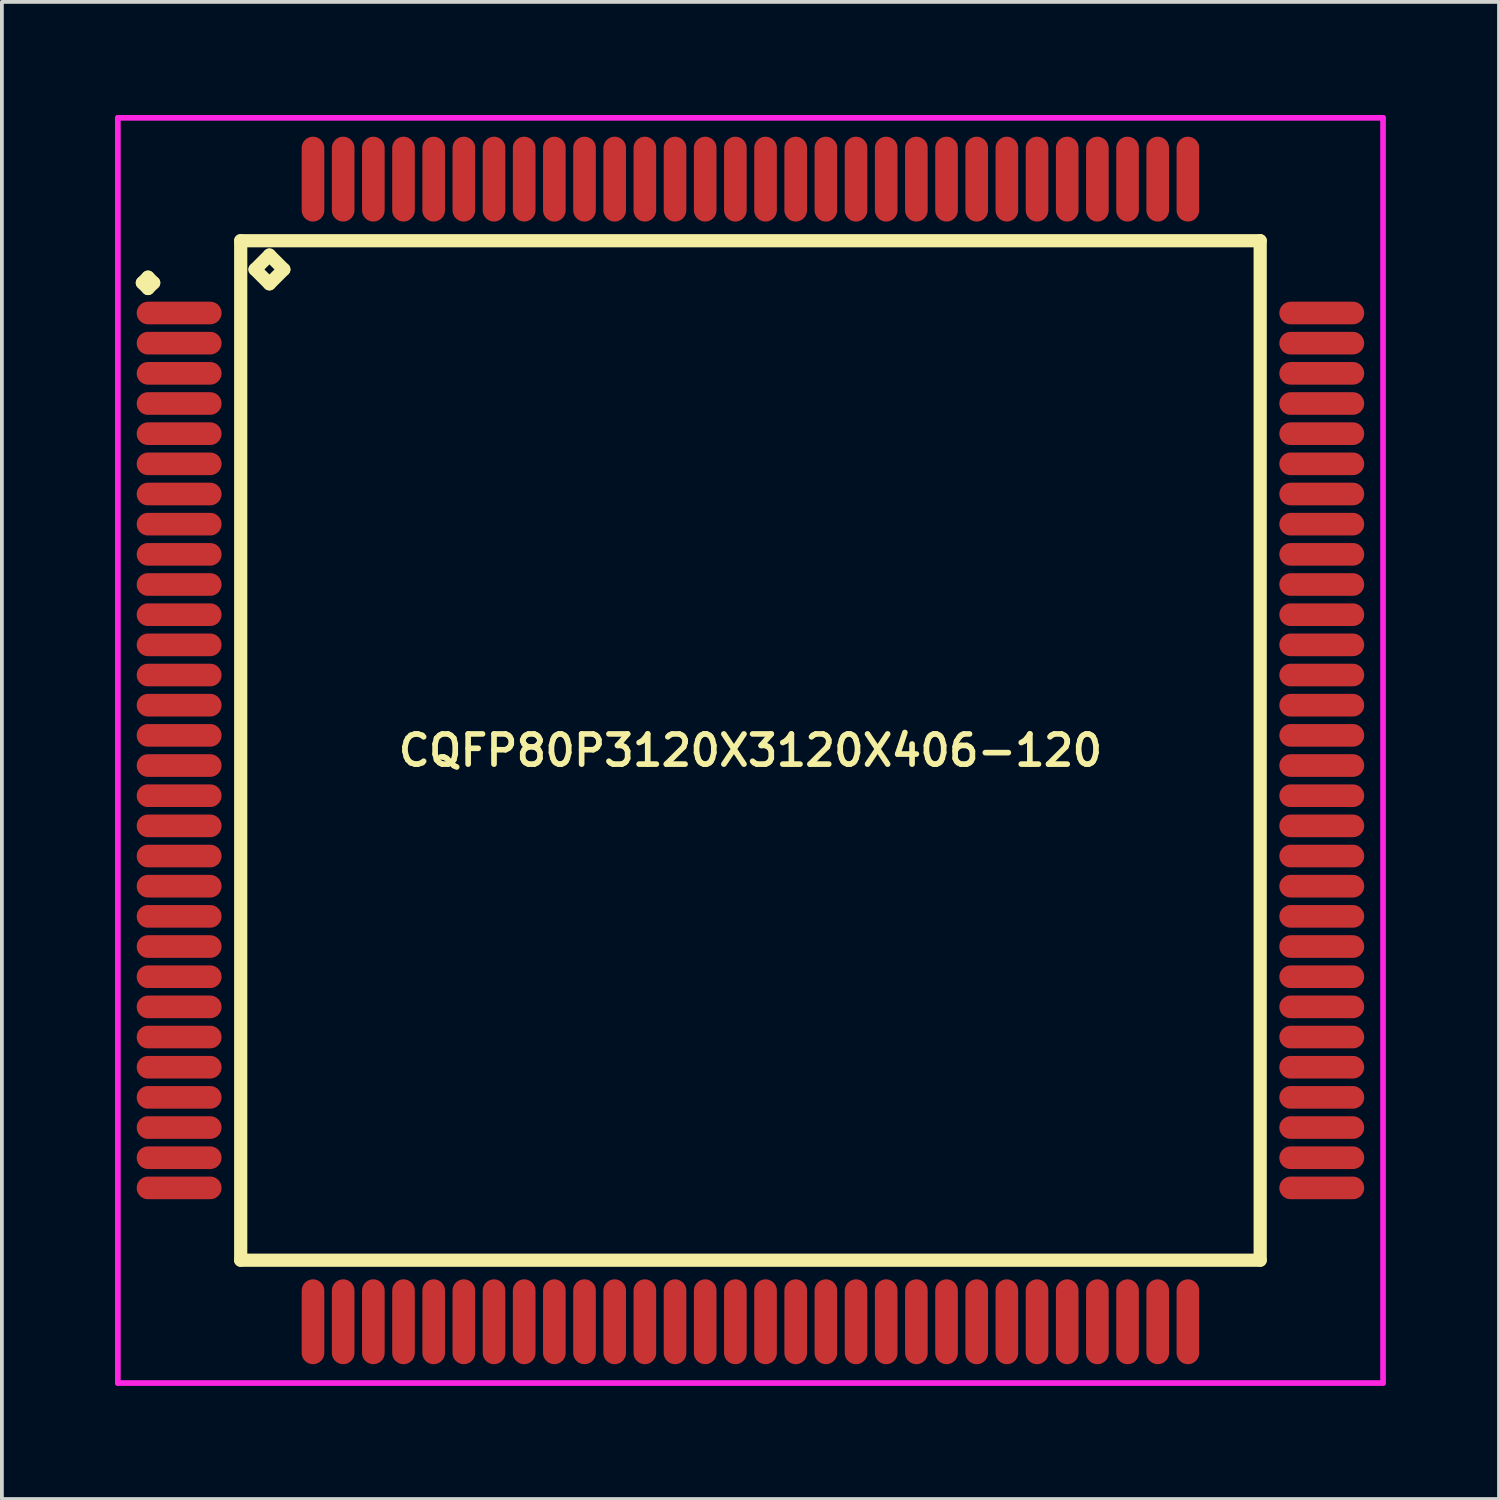
<source format=kicad_pcb>
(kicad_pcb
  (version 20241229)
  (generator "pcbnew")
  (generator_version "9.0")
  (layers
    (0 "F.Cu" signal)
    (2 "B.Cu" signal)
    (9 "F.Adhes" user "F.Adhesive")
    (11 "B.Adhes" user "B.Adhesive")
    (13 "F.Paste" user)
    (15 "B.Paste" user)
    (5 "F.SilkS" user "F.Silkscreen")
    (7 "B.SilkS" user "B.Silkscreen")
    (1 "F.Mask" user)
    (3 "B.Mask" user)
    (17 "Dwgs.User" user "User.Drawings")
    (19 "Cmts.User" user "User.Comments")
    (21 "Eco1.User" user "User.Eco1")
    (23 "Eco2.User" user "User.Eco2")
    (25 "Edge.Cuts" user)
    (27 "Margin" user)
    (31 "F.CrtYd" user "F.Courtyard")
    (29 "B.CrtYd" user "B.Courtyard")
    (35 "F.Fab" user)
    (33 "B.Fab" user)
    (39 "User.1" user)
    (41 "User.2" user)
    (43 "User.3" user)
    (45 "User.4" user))
  (footprint "CQFP80P3120X3120X406-120"
    (layer "F.Cu")
    (at 16.85 16.85)
    (property "Reference" "CQFP80P3120X3120X406-120" (at 0 0 0) (layer "F.SilkS") (effects (font (size 0.8 0.8) (thickness 0.15))))
    (attr smd)
    (fp_line (start -16.125 -12.4) (end -15.975 -12.55) (stroke (width 0.35) (type solid)) (layer "F.SilkS"))
    (fp_line (start -15.975 -12.55) (end -15.825 -12.4) (stroke (width 0.35) (type solid)) (layer "F.SilkS"))
    (fp_line (start -15.975 -12.25) (end -16.125 -12.4) (stroke (width 0.35) (type solid)) (layer "F.SilkS"))
    (fp_line (start -15.825 -12.4) (end -15.975 -12.25) (stroke (width 0.35) (type solid)) (layer "F.SilkS"))
    (fp_line (start -13.517 -13.517) (end -13.517 13.517) (stroke (width 0.35) (type solid)) (layer "F.SilkS"))
    (fp_line (start -13.517 13.517) (end 13.517 13.517) (stroke (width 0.35) (type solid)) (layer "F.SilkS"))
    (fp_line (start -13.136 -12.755) (end -12.755 -13.136) (stroke (width 0.35) (type solid)) (layer "F.SilkS"))
    (fp_line (start -12.755 -13.136) (end -12.374 -12.755) (stroke (width 0.35) (type solid)) (layer "F.SilkS"))
    (fp_line (start -12.755 -12.374) (end -13.136 -12.755) (stroke (width 0.35) (type solid)) (layer "F.SilkS"))
    (fp_line (start -12.374 -12.755) (end -12.755 -12.374) (stroke (width 0.35) (type solid)) (layer "F.SilkS"))
    (fp_line (start 13.517 -13.517) (end -13.517 -13.517) (stroke (width 0.35) (type solid)) (layer "F.SilkS"))
    (fp_line (start 13.517 13.517) (end 13.517 -13.517) (stroke (width 0.35) (type solid)) (layer "F.SilkS"))
    (fp_line (start -16.775 -16.775) (end 16.775 -16.775) (stroke (width 0.15) (type solid)) (layer "F.CrtYd"))
    (fp_line (start -16.775 16.775) (end -16.775 -16.775) (stroke (width 0.15) (type solid)) (layer "F.CrtYd"))
    (fp_line (start 16.775 -16.775) (end 16.775 16.775) (stroke (width 0.15) (type solid)) (layer "F.CrtYd"))
    (fp_line (start 16.775 16.775) (end -16.775 16.775) (stroke (width 0.15) (type solid)) (layer "F.CrtYd"))
    (pad "1" smd oval (at -15.15 -11.6) (size 2.25 0.6) (layers "F.Cu" "F.Mask" "F.Paste"))
    (pad "2" smd oval (at -15.15 -10.8) (size 2.25 0.6) (layers "F.Cu" "F.Mask" "F.Paste"))
    (pad "3" smd oval (at -15.15 -10) (size 2.25 0.6) (layers "F.Cu" "F.Mask" "F.Paste"))
    (pad "4" smd oval (at -15.15 -9.2) (size 2.25 0.6) (layers "F.Cu" "F.Mask" "F.Paste"))
    (pad "5" smd oval (at -15.15 -8.4) (size 2.25 0.6) (layers "F.Cu" "F.Mask" "F.Paste"))
    (pad "6" smd oval (at -15.15 -7.6) (size 2.25 0.6) (layers "F.Cu" "F.Mask" "F.Paste"))
    (pad "7" smd oval (at -15.15 -6.8) (size 2.25 0.6) (layers "F.Cu" "F.Mask" "F.Paste"))
    (pad "8" smd oval (at -15.15 -6) (size 2.25 0.6) (layers "F.Cu" "F.Mask" "F.Paste"))
    (pad "9" smd oval (at -15.15 -5.2) (size 2.25 0.6) (layers "F.Cu" "F.Mask" "F.Paste"))
    (pad "10" smd oval (at -15.15 -4.4) (size 2.25 0.6) (layers "F.Cu" "F.Mask" "F.Paste"))
    (pad "11" smd oval (at -15.15 -3.6) (size 2.25 0.6) (layers "F.Cu" "F.Mask" "F.Paste"))
    (pad "12" smd oval (at -15.15 -2.8) (size 2.25 0.6) (layers "F.Cu" "F.Mask" "F.Paste"))
    (pad "13" smd oval (at -15.15 -2) (size 2.25 0.6) (layers "F.Cu" "F.Mask" "F.Paste"))
    (pad "14" smd oval (at -15.15 -1.2) (size 2.25 0.6) (layers "F.Cu" "F.Mask" "F.Paste"))
    (pad "15" smd oval (at -15.15 -0.4) (size 2.25 0.6) (layers "F.Cu" "F.Mask" "F.Paste"))
    (pad "16" smd oval (at -15.15 0.4) (size 2.25 0.6) (layers "F.Cu" "F.Mask" "F.Paste"))
    (pad "17" smd oval (at -15.15 1.2) (size 2.25 0.6) (layers "F.Cu" "F.Mask" "F.Paste"))
    (pad "18" smd oval (at -15.15 2) (size 2.25 0.6) (layers "F.Cu" "F.Mask" "F.Paste"))
    (pad "19" smd oval (at -15.15 2.8) (size 2.25 0.6) (layers "F.Cu" "F.Mask" "F.Paste"))
    (pad "20" smd oval (at -15.15 3.6) (size 2.25 0.6) (layers "F.Cu" "F.Mask" "F.Paste"))
    (pad "21" smd oval (at -15.15 4.4) (size 2.25 0.6) (layers "F.Cu" "F.Mask" "F.Paste"))
    (pad "22" smd oval (at -15.15 5.2) (size 2.25 0.6) (layers "F.Cu" "F.Mask" "F.Paste"))
    (pad "23" smd oval (at -15.15 6) (size 2.25 0.6) (layers "F.Cu" "F.Mask" "F.Paste"))
    (pad "24" smd oval (at -15.15 6.8) (size 2.25 0.6) (layers "F.Cu" "F.Mask" "F.Paste"))
    (pad "25" smd oval (at -15.15 7.6) (size 2.25 0.6) (layers "F.Cu" "F.Mask" "F.Paste"))
    (pad "26" smd oval (at -15.15 8.4) (size 2.25 0.6) (layers "F.Cu" "F.Mask" "F.Paste"))
    (pad "27" smd oval (at -15.15 9.2) (size 2.25 0.6) (layers "F.Cu" "F.Mask" "F.Paste"))
    (pad "28" smd oval (at -15.15 10) (size 2.25 0.6) (layers "F.Cu" "F.Mask" "F.Paste"))
    (pad "29" smd oval (at -15.15 10.8) (size 2.25 0.6) (layers "F.Cu" "F.Mask" "F.Paste"))
    (pad "30" smd oval (at -15.15 11.6) (size 2.25 0.6) (layers "F.Cu" "F.Mask" "F.Paste"))
    (pad "31" smd oval (at -11.6 15.15) (size 0.6 2.25) (layers "F.Cu" "F.Mask" "F.Paste"))
    (pad "32" smd oval (at -10.8 15.15) (size 0.6 2.25) (layers "F.Cu" "F.Mask" "F.Paste"))
    (pad "33" smd oval (at -10 15.15) (size 0.6 2.25) (layers "F.Cu" "F.Mask" "F.Paste"))
    (pad "34" smd oval (at -9.2 15.15) (size 0.6 2.25) (layers "F.Cu" "F.Mask" "F.Paste"))
    (pad "35" smd oval (at -8.4 15.15) (size 0.6 2.25) (layers "F.Cu" "F.Mask" "F.Paste"))
    (pad "36" smd oval (at -7.6 15.15) (size 0.6 2.25) (layers "F.Cu" "F.Mask" "F.Paste"))
    (pad "37" smd oval (at -6.8 15.15) (size 0.6 2.25) (layers "F.Cu" "F.Mask" "F.Paste"))
    (pad "38" smd oval (at -6 15.15) (size 0.6 2.25) (layers "F.Cu" "F.Mask" "F.Paste"))
    (pad "39" smd oval (at -5.2 15.15) (size 0.6 2.25) (layers "F.Cu" "F.Mask" "F.Paste"))
    (pad "40" smd oval (at -4.4 15.15) (size 0.6 2.25) (layers "F.Cu" "F.Mask" "F.Paste"))
    (pad "41" smd oval (at -3.6 15.15) (size 0.6 2.25) (layers "F.Cu" "F.Mask" "F.Paste"))
    (pad "42" smd oval (at -2.8 15.15) (size 0.6 2.25) (layers "F.Cu" "F.Mask" "F.Paste"))
    (pad "43" smd oval (at -2 15.15) (size 0.6 2.25) (layers "F.Cu" "F.Mask" "F.Paste"))
    (pad "44" smd oval (at -1.2 15.15) (size 0.6 2.25) (layers "F.Cu" "F.Mask" "F.Paste"))
    (pad "45" smd oval (at -0.4 15.15) (size 0.6 2.25) (layers "F.Cu" "F.Mask" "F.Paste"))
    (pad "46" smd oval (at 0.4 15.15) (size 0.6 2.25) (layers "F.Cu" "F.Mask" "F.Paste"))
    (pad "47" smd oval (at 1.2 15.15) (size 0.6 2.25) (layers "F.Cu" "F.Mask" "F.Paste"))
    (pad "48" smd oval (at 2 15.15) (size 0.6 2.25) (layers "F.Cu" "F.Mask" "F.Paste"))
    (pad "49" smd oval (at 2.8 15.15) (size 0.6 2.25) (layers "F.Cu" "F.Mask" "F.Paste"))
    (pad "50" smd oval (at 3.6 15.15) (size 0.6 2.25) (layers "F.Cu" "F.Mask" "F.Paste"))
    (pad "51" smd oval (at 4.4 15.15) (size 0.6 2.25) (layers "F.Cu" "F.Mask" "F.Paste"))
    (pad "52" smd oval (at 5.2 15.15) (size 0.6 2.25) (layers "F.Cu" "F.Mask" "F.Paste"))
    (pad "53" smd oval (at 6 15.15) (size 0.6 2.25) (layers "F.Cu" "F.Mask" "F.Paste"))
    (pad "54" smd oval (at 6.8 15.15) (size 0.6 2.25) (layers "F.Cu" "F.Mask" "F.Paste"))
    (pad "55" smd oval (at 7.6 15.15) (size 0.6 2.25) (layers "F.Cu" "F.Mask" "F.Paste"))
    (pad "56" smd oval (at 8.4 15.15) (size 0.6 2.25) (layers "F.Cu" "F.Mask" "F.Paste"))
    (pad "57" smd oval (at 9.2 15.15) (size 0.6 2.25) (layers "F.Cu" "F.Mask" "F.Paste"))
    (pad "58" smd oval (at 10 15.15) (size 0.6 2.25) (layers "F.Cu" "F.Mask" "F.Paste"))
    (pad "59" smd oval (at 10.8 15.15) (size 0.6 2.25) (layers "F.Cu" "F.Mask" "F.Paste"))
    (pad "60" smd oval (at 11.6 15.15) (size 0.6 2.25) (layers "F.Cu" "F.Mask" "F.Paste"))
    (pad "61" smd oval (at 15.15 11.6) (size 2.25 0.6) (layers "F.Cu" "F.Mask" "F.Paste"))
    (pad "62" smd oval (at 15.15 10.8) (size 2.25 0.6) (layers "F.Cu" "F.Mask" "F.Paste"))
    (pad "63" smd oval (at 15.15 10) (size 2.25 0.6) (layers "F.Cu" "F.Mask" "F.Paste"))
    (pad "64" smd oval (at 15.15 9.2) (size 2.25 0.6) (layers "F.Cu" "F.Mask" "F.Paste"))
    (pad "65" smd oval (at 15.15 8.4) (size 2.25 0.6) (layers "F.Cu" "F.Mask" "F.Paste"))
    (pad "66" smd oval (at 15.15 7.6) (size 2.25 0.6) (layers "F.Cu" "F.Mask" "F.Paste"))
    (pad "67" smd oval (at 15.15 6.8) (size 2.25 0.6) (layers "F.Cu" "F.Mask" "F.Paste"))
    (pad "68" smd oval (at 15.15 6) (size 2.25 0.6) (layers "F.Cu" "F.Mask" "F.Paste"))
    (pad "69" smd oval (at 15.15 5.2) (size 2.25 0.6) (layers "F.Cu" "F.Mask" "F.Paste"))
    (pad "70" smd oval (at 15.15 4.4) (size 2.25 0.6) (layers "F.Cu" "F.Mask" "F.Paste"))
    (pad "71" smd oval (at 15.15 3.6) (size 2.25 0.6) (layers "F.Cu" "F.Mask" "F.Paste"))
    (pad "72" smd oval (at 15.15 2.8) (size 2.25 0.6) (layers "F.Cu" "F.Mask" "F.Paste"))
    (pad "73" smd oval (at 15.15 2) (size 2.25 0.6) (layers "F.Cu" "F.Mask" "F.Paste"))
    (pad "74" smd oval (at 15.15 1.2) (size 2.25 0.6) (layers "F.Cu" "F.Mask" "F.Paste"))
    (pad "75" smd oval (at 15.15 0.4) (size 2.25 0.6) (layers "F.Cu" "F.Mask" "F.Paste"))
    (pad "76" smd oval (at 15.15 -0.4) (size 2.25 0.6) (layers "F.Cu" "F.Mask" "F.Paste"))
    (pad "77" smd oval (at 15.15 -1.2) (size 2.25 0.6) (layers "F.Cu" "F.Mask" "F.Paste"))
    (pad "78" smd oval (at 15.15 -2) (size 2.25 0.6) (layers "F.Cu" "F.Mask" "F.Paste"))
    (pad "79" smd oval (at 15.15 -2.8) (size 2.25 0.6) (layers "F.Cu" "F.Mask" "F.Paste"))
    (pad "80" smd oval (at 15.15 -3.6) (size 2.25 0.6) (layers "F.Cu" "F.Mask" "F.Paste"))
    (pad "81" smd oval (at 15.15 -4.4) (size 2.25 0.6) (layers "F.Cu" "F.Mask" "F.Paste"))
    (pad "82" smd oval (at 15.15 -5.2) (size 2.25 0.6) (layers "F.Cu" "F.Mask" "F.Paste"))
    (pad "83" smd oval (at 15.15 -6) (size 2.25 0.6) (layers "F.Cu" "F.Mask" "F.Paste"))
    (pad "84" smd oval (at 15.15 -6.8) (size 2.25 0.6) (layers "F.Cu" "F.Mask" "F.Paste"))
    (pad "85" smd oval (at 15.15 -7.6) (size 2.25 0.6) (layers "F.Cu" "F.Mask" "F.Paste"))
    (pad "86" smd oval (at 15.15 -8.4) (size 2.25 0.6) (layers "F.Cu" "F.Mask" "F.Paste"))
    (pad "87" smd oval (at 15.15 -9.2) (size 2.25 0.6) (layers "F.Cu" "F.Mask" "F.Paste"))
    (pad "88" smd oval (at 15.15 -10) (size 2.25 0.6) (layers "F.Cu" "F.Mask" "F.Paste"))
    (pad "89" smd oval (at 15.15 -10.8) (size 2.25 0.6) (layers "F.Cu" "F.Mask" "F.Paste"))
    (pad "90" smd oval (at 15.15 -11.6) (size 2.25 0.6) (layers "F.Cu" "F.Mask" "F.Paste"))
    (pad "91" smd oval (at 11.6 -15.15) (size 0.6 2.25) (layers "F.Cu" "F.Mask" "F.Paste"))
    (pad "92" smd oval (at 10.8 -15.15) (size 0.6 2.25) (layers "F.Cu" "F.Mask" "F.Paste"))
    (pad "93" smd oval (at 10 -15.15) (size 0.6 2.25) (layers "F.Cu" "F.Mask" "F.Paste"))
    (pad "94" smd oval (at 9.2 -15.15) (size 0.6 2.25) (layers "F.Cu" "F.Mask" "F.Paste"))
    (pad "95" smd oval (at 8.4 -15.15) (size 0.6 2.25) (layers "F.Cu" "F.Mask" "F.Paste"))
    (pad "96" smd oval (at 7.6 -15.15) (size 0.6 2.25) (layers "F.Cu" "F.Mask" "F.Paste"))
    (pad "97" smd oval (at 6.8 -15.15) (size 0.6 2.25) (layers "F.Cu" "F.Mask" "F.Paste"))
    (pad "98" smd oval (at 6 -15.15) (size 0.6 2.25) (layers "F.Cu" "F.Mask" "F.Paste"))
    (pad "99" smd oval (at 5.2 -15.15) (size 0.6 2.25) (layers "F.Cu" "F.Mask" "F.Paste"))
    (pad "100" smd oval (at 4.4 -15.15) (size 0.6 2.25) (layers "F.Cu" "F.Mask" "F.Paste"))
    (pad "101" smd oval (at 3.6 -15.15) (size 0.6 2.25) (layers "F.Cu" "F.Mask" "F.Paste"))
    (pad "102" smd oval (at 2.8 -15.15) (size 0.6 2.25) (layers "F.Cu" "F.Mask" "F.Paste"))
    (pad "103" smd oval (at 2 -15.15) (size 0.6 2.25) (layers "F.Cu" "F.Mask" "F.Paste"))
    (pad "104" smd oval (at 1.2 -15.15) (size 0.6 2.25) (layers "F.Cu" "F.Mask" "F.Paste"))
    (pad "105" smd oval (at 0.4 -15.15) (size 0.6 2.25) (layers "F.Cu" "F.Mask" "F.Paste"))
    (pad "106" smd oval (at -0.4 -15.15) (size 0.6 2.25) (layers "F.Cu" "F.Mask" "F.Paste"))
    (pad "107" smd oval (at -1.2 -15.15) (size 0.6 2.25) (layers "F.Cu" "F.Mask" "F.Paste"))
    (pad "108" smd oval (at -2 -15.15) (size 0.6 2.25) (layers "F.Cu" "F.Mask" "F.Paste"))
    (pad "109" smd oval (at -2.8 -15.15) (size 0.6 2.25) (layers "F.Cu" "F.Mask" "F.Paste"))
    (pad "110" smd oval (at -3.6 -15.15) (size 0.6 2.25) (layers "F.Cu" "F.Mask" "F.Paste"))
    (pad "111" smd oval (at -4.4 -15.15) (size 0.6 2.25) (layers "F.Cu" "F.Mask" "F.Paste"))
    (pad "112" smd oval (at -5.2 -15.15) (size 0.6 2.25) (layers "F.Cu" "F.Mask" "F.Paste"))
    (pad "113" smd oval (at -6 -15.15) (size 0.6 2.25) (layers "F.Cu" "F.Mask" "F.Paste"))
    (pad "114" smd oval (at -6.8 -15.15) (size 0.6 2.25) (layers "F.Cu" "F.Mask" "F.Paste"))
    (pad "115" smd oval (at -7.6 -15.15) (size 0.6 2.25) (layers "F.Cu" "F.Mask" "F.Paste"))
    (pad "116" smd oval (at -8.4 -15.15) (size 0.6 2.25) (layers "F.Cu" "F.Mask" "F.Paste"))
    (pad "117" smd oval (at -9.2 -15.15) (size 0.6 2.25) (layers "F.Cu" "F.Mask" "F.Paste"))
    (pad "118" smd oval (at -10 -15.15) (size 0.6 2.25) (layers "F.Cu" "F.Mask" "F.Paste"))
    (pad "119" smd oval (at -10.8 -15.15) (size 0.6 2.25) (layers "F.Cu" "F.Mask" "F.Paste"))
    (pad "120" smd oval (at -11.6 -15.15) (size 0.6 2.25) (layers "F.Cu" "F.Mask" "F.Paste")))
  (gr_rect
    (start -3 -3)
    (end 36.7 36.7)
    (stroke (width 0.1) (type default))
    (fill no)
    (layer "Edge.Cuts")))
</source>
